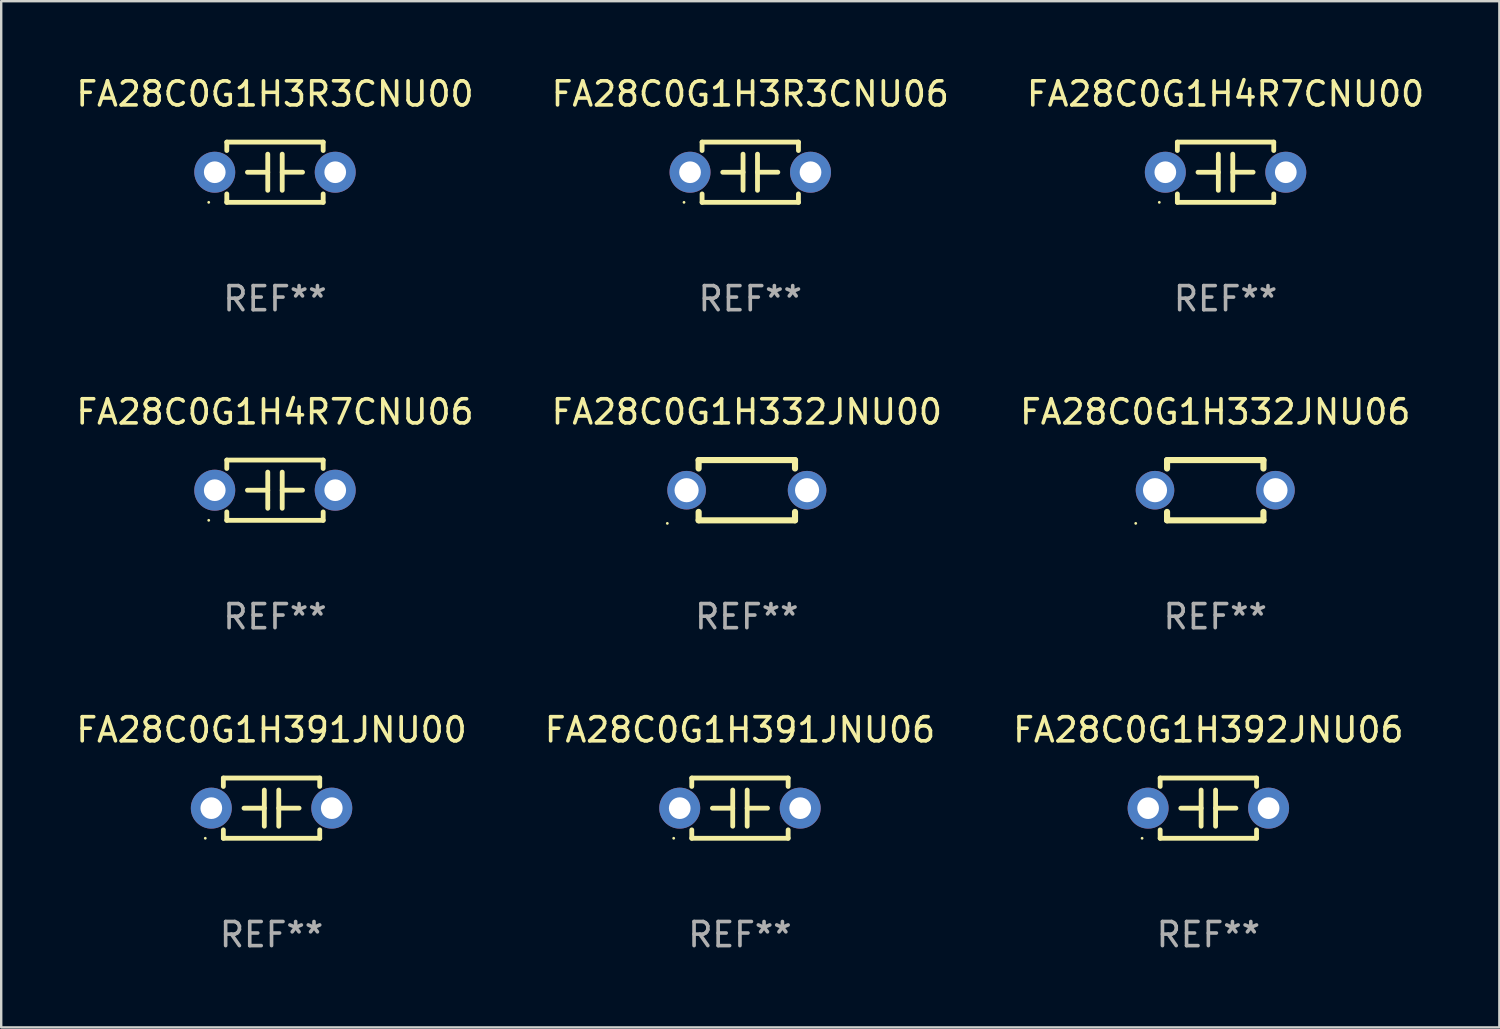
<source format=kicad_pcb>
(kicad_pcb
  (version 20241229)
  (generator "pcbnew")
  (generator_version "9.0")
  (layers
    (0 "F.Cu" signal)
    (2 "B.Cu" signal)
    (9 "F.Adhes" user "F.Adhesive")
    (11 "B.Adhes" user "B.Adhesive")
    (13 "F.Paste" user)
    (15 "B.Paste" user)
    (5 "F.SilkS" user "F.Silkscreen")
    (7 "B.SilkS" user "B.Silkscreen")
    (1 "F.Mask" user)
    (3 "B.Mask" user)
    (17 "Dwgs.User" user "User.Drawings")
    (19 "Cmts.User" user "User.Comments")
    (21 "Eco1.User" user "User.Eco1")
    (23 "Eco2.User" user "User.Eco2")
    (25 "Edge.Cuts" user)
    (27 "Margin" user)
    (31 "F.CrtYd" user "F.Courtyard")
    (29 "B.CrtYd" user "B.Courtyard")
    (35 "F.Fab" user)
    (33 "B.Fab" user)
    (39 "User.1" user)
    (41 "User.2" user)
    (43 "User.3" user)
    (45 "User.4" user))
  (footprint "FA28C0G1H391JNU00"
    (layer "F.Cu")
    (at 8.22 30.491)
    (property "Reference" "FA28C0G1H391JNU00" (at 0 -3.25 0) (layer "F.SilkS") (effects (font (size 1 1) (thickness 0.15))))
    (attr through_hole)
    (fp_line (start -2 -1.25) (end -2 -0.901) (stroke (width 0.2) (type solid)) (layer "F.SilkS"))
    (fp_line (start -2 -1.25) (end 2 -1.25) (stroke (width 0.2) (type solid)) (layer "F.SilkS"))
    (fp_line (start -2 0.901) (end -2 1.25) (stroke (width 0.2) (type solid)) (layer "F.SilkS"))
    (fp_line (start -0.3 -0.75) (end -0.3 0.75) (stroke (width 0.2) (type solid)) (layer "F.SilkS"))
    (fp_line (start -0.3 0.001) (end -1.143 0.001) (stroke (width 0.2) (type solid)) (layer "F.SilkS"))
    (fp_line (start 0.3 -0.001) (end 1.143 -0.001) (stroke (width 0.2) (type solid)) (layer "F.SilkS"))
    (fp_line (start 0.3 0.75) (end 0.3 -0.75) (stroke (width 0.2) (type solid)) (layer "F.SilkS"))
    (fp_line (start 2 -1.25) (end 2 -0.901) (stroke (width 0.2) (type solid)) (layer "F.SilkS"))
    (fp_line (start 2 0.901) (end 2 1.25) (stroke (width 0.2) (type solid)) (layer "F.SilkS"))
    (fp_line (start 2 1.25) (end -2 1.25) (stroke (width 0.2) (type solid)) (layer "F.SilkS"))
    (fp_circle (center -2.75 1.25) (end -2.72 1.25) (stroke (width 0.06) (type solid)) (fill no) (layer "F.SilkS"))
    (fp_text user "REF**" (at 0 5.25 0) (layer "F.Fab") (effects (font (size 1 1) (thickness 0.15))))
    (pad "1" thru_hole circle (at -2.5 0) (size 1.7 1.7) (drill 0.9) (layers "*.Cu" "*.Mask"))
    (pad "2" thru_hole circle (at 2.5 0) (size 1.7 1.7) (drill 0.9) (layers "*.Cu" "*.Mask")))
  (footprint "FA28C0G1H391JNU06"
    (layer "F.Cu")
    (at 27.661 30.491)
    (property "Reference" "FA28C0G1H391JNU06" (at 0 -3.25 0) (layer "F.SilkS") (effects (font (size 1 1) (thickness 0.15))))
    (attr through_hole)
    (fp_line (start -2 -1.25) (end -2 -0.901) (stroke (width 0.2) (type solid)) (layer "F.SilkS"))
    (fp_line (start -2 -1.25) (end 2 -1.25) (stroke (width 0.2) (type solid)) (layer "F.SilkS"))
    (fp_line (start -2 0.901) (end -2 1.25) (stroke (width 0.2) (type solid)) (layer "F.SilkS"))
    (fp_line (start -0.3 -0.75) (end -0.3 0.75) (stroke (width 0.2) (type solid)) (layer "F.SilkS"))
    (fp_line (start -0.3 0.001) (end -1.143 0.001) (stroke (width 0.2) (type solid)) (layer "F.SilkS"))
    (fp_line (start 0.3 -0.001) (end 1.143 -0.001) (stroke (width 0.2) (type solid)) (layer "F.SilkS"))
    (fp_line (start 0.3 0.75) (end 0.3 -0.75) (stroke (width 0.2) (type solid)) (layer "F.SilkS"))
    (fp_line (start 2 -1.25) (end 2 -0.901) (stroke (width 0.2) (type solid)) (layer "F.SilkS"))
    (fp_line (start 2 0.901) (end 2 1.25) (stroke (width 0.2) (type solid)) (layer "F.SilkS"))
    (fp_line (start 2 1.25) (end -2 1.25) (stroke (width 0.2) (type solid)) (layer "F.SilkS"))
    (fp_circle (center -2.75 1.25) (end -2.72 1.25) (stroke (width 0.06) (type solid)) (fill no) (layer "F.SilkS"))
    (fp_text user "REF**" (at 0 5.25 0) (layer "F.Fab") (effects (font (size 1 1) (thickness 0.15))))
    (pad "1" thru_hole circle (at -2.5 0) (size 1.7 1.7) (drill 0.9) (layers "*.Cu" "*.Mask"))
    (pad "2" thru_hole circle (at 2.5 0) (size 1.7 1.7) (drill 0.9) (layers "*.Cu" "*.Mask")))
  (footprint "FA28C0G1H332JNU06"
    (layer "F.Cu")
    (at 47.387 17.295)
    (property "Reference" "FA28C0G1H332JNU06" (at 0 -3.25 0) (layer "F.SilkS") (effects (font (size 1 1) (thickness 0.15))))
    (attr through_hole)
    (fp_line (start -2 -1.25) (end -2 -0.901) (stroke (width 0.254) (type solid)) (layer "F.SilkS"))
    (fp_line (start -2 -1.25) (end 2 -1.25) (stroke (width 0.254) (type solid)) (layer "F.SilkS"))
    (fp_line (start -2 0.901) (end -2 1.25) (stroke (width 0.254) (type solid)) (layer "F.SilkS"))
    (fp_line (start 2 -1.25) (end 2 -0.901) (stroke (width 0.254) (type solid)) (layer "F.SilkS"))
    (fp_line (start 2 0.901) (end 2 1.25) (stroke (width 0.254) (type solid)) (layer "F.SilkS"))
    (fp_line (start 2 1.25) (end -2 1.25) (stroke (width 0.254) (type solid)) (layer "F.SilkS"))
    (fp_circle (center -3.3 1.377) (end -3.27 1.377) (stroke (width 0.06) (type solid)) (fill no) (layer "F.SilkS"))
    (fp_text user "REF**" (at 0 5.25 0) (layer "F.Fab") (effects (font (size 1 1) (thickness 0.15))))
    (pad "1" thru_hole circle (at -2.5 0) (size 1.6 1.6) (drill 1) (layers "*.Cu" "*.Mask"))
    (pad "2" thru_hole circle (at 2.5 0) (size 1.6 1.6) (drill 1) (layers "*.Cu" "*.Mask")))
  (footprint "FA28C0G1H332JNU00"
    (layer "F.Cu")
    (at 27.946 17.295)
    (property "Reference" "FA28C0G1H332JNU00" (at 0 -3.25 0) (layer "F.SilkS") (effects (font (size 1 1) (thickness 0.15))))
    (attr through_hole)
    (fp_line (start -2 -1.25) (end -2 -0.901) (stroke (width 0.254) (type solid)) (layer "F.SilkS"))
    (fp_line (start -2 -1.25) (end 2 -1.25) (stroke (width 0.254) (type solid)) (layer "F.SilkS"))
    (fp_line (start -2 0.901) (end -2 1.25) (stroke (width 0.254) (type solid)) (layer "F.SilkS"))
    (fp_line (start 2 -1.25) (end 2 -0.901) (stroke (width 0.254) (type solid)) (layer "F.SilkS"))
    (fp_line (start 2 0.901) (end 2 1.25) (stroke (width 0.254) (type solid)) (layer "F.SilkS"))
    (fp_line (start 2 1.25) (end -2 1.25) (stroke (width 0.254) (type solid)) (layer "F.SilkS"))
    (fp_circle (center -3.3 1.377) (end -3.27 1.377) (stroke (width 0.06) (type solid)) (fill no) (layer "F.SilkS"))
    (fp_text user "REF**" (at 0 5.25 0) (layer "F.Fab") (effects (font (size 1 1) (thickness 0.15))))
    (pad "1" thru_hole circle (at -2.5 0) (size 1.6 1.6) (drill 1) (layers "*.Cu" "*.Mask"))
    (pad "2" thru_hole circle (at 2.5 0) (size 1.6 1.6) (drill 1) (layers "*.Cu" "*.Mask")))
  (footprint "FA28C0G1H4R7CNU00"
    (layer "F.Cu")
    (at 47.815 4.098)
    (property "Reference" "FA28C0G1H4R7CNU00" (at 0 -3.25 0) (layer "F.SilkS") (effects (font (size 1 1) (thickness 0.15))))
    (attr through_hole)
    (fp_line (start -2 -1.25) (end -2 -0.901) (stroke (width 0.2) (type solid)) (layer "F.SilkS"))
    (fp_line (start -2 -1.25) (end 2 -1.25) (stroke (width 0.2) (type solid)) (layer "F.SilkS"))
    (fp_line (start -2 0.901) (end -2 1.25) (stroke (width 0.2) (type solid)) (layer "F.SilkS"))
    (fp_line (start -0.3 -0.75) (end -0.3 0.75) (stroke (width 0.2) (type solid)) (layer "F.SilkS"))
    (fp_line (start -0.3 0.001) (end -1.143 0.001) (stroke (width 0.2) (type solid)) (layer "F.SilkS"))
    (fp_line (start 0.3 -0.001) (end 1.143 -0.001) (stroke (width 0.2) (type solid)) (layer "F.SilkS"))
    (fp_line (start 0.3 0.75) (end 0.3 -0.75) (stroke (width 0.2) (type solid)) (layer "F.SilkS"))
    (fp_line (start 2 -1.25) (end 2 -0.901) (stroke (width 0.2) (type solid)) (layer "F.SilkS"))
    (fp_line (start 2 0.901) (end 2 1.25) (stroke (width 0.2) (type solid)) (layer "F.SilkS"))
    (fp_line (start 2 1.25) (end -2 1.25) (stroke (width 0.2) (type solid)) (layer "F.SilkS"))
    (fp_circle (center -2.75 1.25) (end -2.72 1.25) (stroke (width 0.06) (type solid)) (fill no) (layer "F.SilkS"))
    (fp_text user "REF**" (at 0 5.25 0) (layer "F.Fab") (effects (font (size 1 1) (thickness 0.15))))
    (pad "1" thru_hole circle (at -2.5 0) (size 1.7 1.7) (drill 0.9) (layers "*.Cu" "*.Mask"))
    (pad "2" thru_hole circle (at 2.5 0) (size 1.7 1.7) (drill 0.9) (layers "*.Cu" "*.Mask")))
  (footprint "FA28C0G1H3R3CNU00"
    (layer "F.Cu")
    (at 8.363 4.098)
    (property "Reference" "FA28C0G1H3R3CNU00" (at 0 -3.25 0) (layer "F.SilkS") (effects (font (size 1 1) (thickness 0.15))))
    (attr through_hole)
    (fp_line (start -2 -1.25) (end -2 -0.901) (stroke (width 0.2) (type solid)) (layer "F.SilkS"))
    (fp_line (start -2 -1.25) (end 2 -1.25) (stroke (width 0.2) (type solid)) (layer "F.SilkS"))
    (fp_line (start -2 0.901) (end -2 1.25) (stroke (width 0.2) (type solid)) (layer "F.SilkS"))
    (fp_line (start -0.3 -0.75) (end -0.3 0.75) (stroke (width 0.2) (type solid)) (layer "F.SilkS"))
    (fp_line (start -0.3 0.001) (end -1.143 0.001) (stroke (width 0.2) (type solid)) (layer "F.SilkS"))
    (fp_line (start 0.3 -0.001) (end 1.143 -0.001) (stroke (width 0.2) (type solid)) (layer "F.SilkS"))
    (fp_line (start 0.3 0.75) (end 0.3 -0.75) (stroke (width 0.2) (type solid)) (layer "F.SilkS"))
    (fp_line (start 2 -1.25) (end 2 -0.901) (stroke (width 0.2) (type solid)) (layer "F.SilkS"))
    (fp_line (start 2 0.901) (end 2 1.25) (stroke (width 0.2) (type solid)) (layer "F.SilkS"))
    (fp_line (start 2 1.25) (end -2 1.25) (stroke (width 0.2) (type solid)) (layer "F.SilkS"))
    (fp_circle (center -2.75 1.25) (end -2.72 1.25) (stroke (width 0.06) (type solid)) (fill no) (layer "F.SilkS"))
    (fp_text user "REF**" (at 0 5.25 0) (layer "F.Fab") (effects (font (size 1 1) (thickness 0.15))))
    (pad "1" thru_hole circle (at -2.5 0) (size 1.7 1.7) (drill 0.9) (layers "*.Cu" "*.Mask"))
    (pad "2" thru_hole circle (at 2.5 0) (size 1.7 1.7) (drill 0.9) (layers "*.Cu" "*.Mask")))
  (footprint "FA28C0G1H3R3CNU06"
    (layer "F.Cu")
    (at 28.089 4.098)
    (property "Reference" "FA28C0G1H3R3CNU06" (at 0 -3.25 0) (layer "F.SilkS") (effects (font (size 1 1) (thickness 0.15))))
    (attr through_hole)
    (fp_line (start -2 -1.25) (end -2 -0.901) (stroke (width 0.2) (type solid)) (layer "F.SilkS"))
    (fp_line (start -2 -1.25) (end 2 -1.25) (stroke (width 0.2) (type solid)) (layer "F.SilkS"))
    (fp_line (start -2 0.901) (end -2 1.25) (stroke (width 0.2) (type solid)) (layer "F.SilkS"))
    (fp_line (start -0.3 -0.75) (end -0.3 0.75) (stroke (width 0.2) (type solid)) (layer "F.SilkS"))
    (fp_line (start -0.3 0.001) (end -1.143 0.001) (stroke (width 0.2) (type solid)) (layer "F.SilkS"))
    (fp_line (start 0.3 -0.001) (end 1.143 -0.001) (stroke (width 0.2) (type solid)) (layer "F.SilkS"))
    (fp_line (start 0.3 0.75) (end 0.3 -0.75) (stroke (width 0.2) (type solid)) (layer "F.SilkS"))
    (fp_line (start 2 -1.25) (end 2 -0.901) (stroke (width 0.2) (type solid)) (layer "F.SilkS"))
    (fp_line (start 2 0.901) (end 2 1.25) (stroke (width 0.2) (type solid)) (layer "F.SilkS"))
    (fp_line (start 2 1.25) (end -2 1.25) (stroke (width 0.2) (type solid)) (layer "F.SilkS"))
    (fp_circle (center -2.75 1.25) (end -2.72 1.25) (stroke (width 0.06) (type solid)) (fill no) (layer "F.SilkS"))
    (fp_text user "REF**" (at 0 5.25 0) (layer "F.Fab") (effects (font (size 1 1) (thickness 0.15))))
    (pad "1" thru_hole circle (at -2.5 0) (size 1.7 1.7) (drill 0.9) (layers "*.Cu" "*.Mask"))
    (pad "2" thru_hole circle (at 2.5 0) (size 1.7 1.7) (drill 0.9) (layers "*.Cu" "*.Mask")))
  (footprint "FA28C0G1H4R7CNU06"
    (layer "F.Cu")
    (at 8.363 17.295)
    (property "Reference" "FA28C0G1H4R7CNU06" (at 0 -3.25 0) (layer "F.SilkS") (effects (font (size 1 1) (thickness 0.15))))
    (attr through_hole)
    (fp_line (start -2 -1.25) (end -2 -0.901) (stroke (width 0.2) (type solid)) (layer "F.SilkS"))
    (fp_line (start -2 -1.25) (end 2 -1.25) (stroke (width 0.2) (type solid)) (layer "F.SilkS"))
    (fp_line (start -2 0.901) (end -2 1.25) (stroke (width 0.2) (type solid)) (layer "F.SilkS"))
    (fp_line (start -0.3 -0.75) (end -0.3 0.75) (stroke (width 0.2) (type solid)) (layer "F.SilkS"))
    (fp_line (start -0.3 0.001) (end -1.143 0.001) (stroke (width 0.2) (type solid)) (layer "F.SilkS"))
    (fp_line (start 0.3 -0.001) (end 1.143 -0.001) (stroke (width 0.2) (type solid)) (layer "F.SilkS"))
    (fp_line (start 0.3 0.75) (end 0.3 -0.75) (stroke (width 0.2) (type solid)) (layer "F.SilkS"))
    (fp_line (start 2 -1.25) (end 2 -0.901) (stroke (width 0.2) (type solid)) (layer "F.SilkS"))
    (fp_line (start 2 0.901) (end 2 1.25) (stroke (width 0.2) (type solid)) (layer "F.SilkS"))
    (fp_line (start 2 1.25) (end -2 1.25) (stroke (width 0.2) (type solid)) (layer "F.SilkS"))
    (fp_circle (center -2.75 1.25) (end -2.72 1.25) (stroke (width 0.06) (type solid)) (fill no) (layer "F.SilkS"))
    (fp_text user "REF**" (at 0 5.25 0) (layer "F.Fab") (effects (font (size 1 1) (thickness 0.15))))
    (pad "1" thru_hole circle (at -2.5 0) (size 1.7 1.7) (drill 0.9) (layers "*.Cu" "*.Mask"))
    (pad "2" thru_hole circle (at 2.5 0) (size 1.7 1.7) (drill 0.9) (layers "*.Cu" "*.Mask")))
  (footprint "FA28C0G1H392JNU06"
    (layer "F.Cu")
    (at 47.101 30.491)
    (property "Reference" "FA28C0G1H392JNU06" (at 0 -3.25 0) (layer "F.SilkS") (effects (font (size 1 1) (thickness 0.15))))
    (attr through_hole)
    (fp_line (start -2 -1.25) (end -2 -0.901) (stroke (width 0.2) (type solid)) (layer "F.SilkS"))
    (fp_line (start -2 -1.25) (end 2 -1.25) (stroke (width 0.2) (type solid)) (layer "F.SilkS"))
    (fp_line (start -2 0.901) (end -2 1.25) (stroke (width 0.2) (type solid)) (layer "F.SilkS"))
    (fp_line (start -0.3 -0.75) (end -0.3 0.75) (stroke (width 0.2) (type solid)) (layer "F.SilkS"))
    (fp_line (start -0.3 0.001) (end -1.143 0.001) (stroke (width 0.2) (type solid)) (layer "F.SilkS"))
    (fp_line (start 0.3 -0.001) (end 1.143 -0.001) (stroke (width 0.2) (type solid)) (layer "F.SilkS"))
    (fp_line (start 0.3 0.75) (end 0.3 -0.75) (stroke (width 0.2) (type solid)) (layer "F.SilkS"))
    (fp_line (start 2 -1.25) (end 2 -0.901) (stroke (width 0.2) (type solid)) (layer "F.SilkS"))
    (fp_line (start 2 0.901) (end 2 1.25) (stroke (width 0.2) (type solid)) (layer "F.SilkS"))
    (fp_line (start 2 1.25) (end -2 1.25) (stroke (width 0.2) (type solid)) (layer "F.SilkS"))
    (fp_circle (center -2.75 1.25) (end -2.72 1.25) (stroke (width 0.06) (type solid)) (fill no) (layer "F.SilkS"))
    (fp_text user "REF**" (at 0 5.25 0) (layer "F.Fab") (effects (font (size 1 1) (thickness 0.15))))
    (pad "1" thru_hole circle (at -2.5 0) (size 1.7 1.7) (drill 0.9) (layers "*.Cu" "*.Mask"))
    (pad "2" thru_hole circle (at 2.5 0) (size 1.7 1.7) (drill 0.9) (layers "*.Cu" "*.Mask")))
  (gr_rect
    (start -3 -3)
    (end 59.179 39.59)
    (stroke (width 0.1) (type default))
    (fill no)
    (layer "Edge.Cuts")))
</source>
